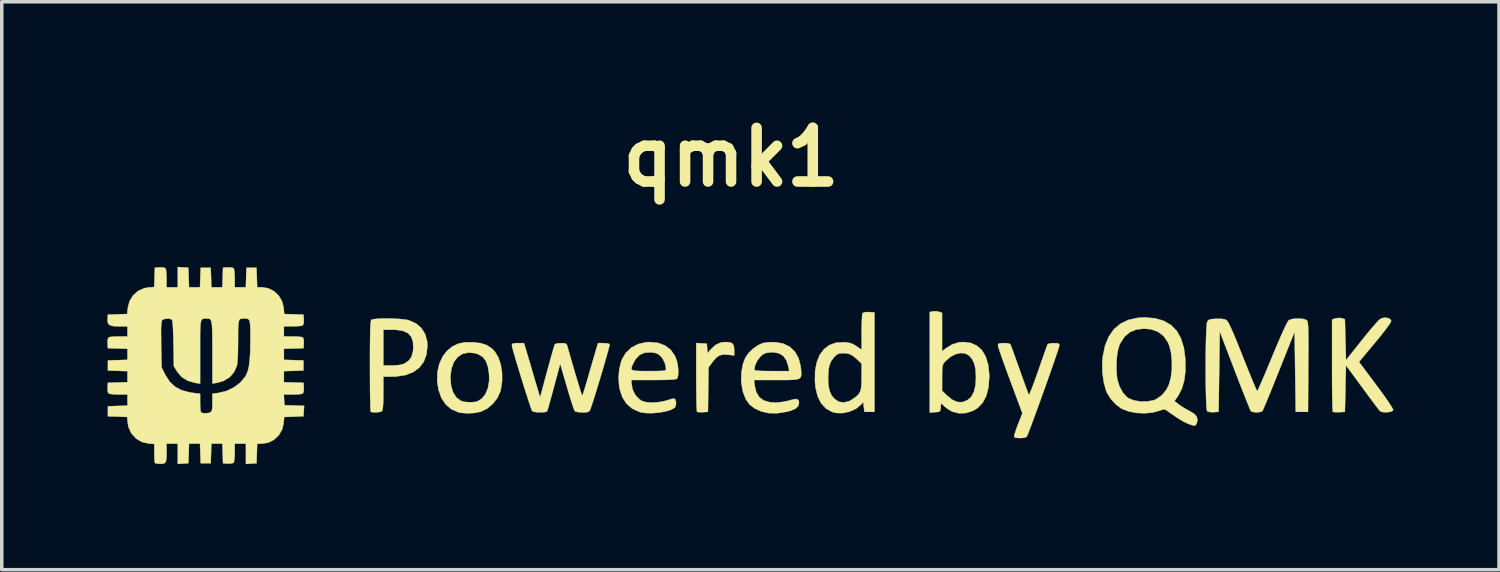
<source format=kicad_pcb>
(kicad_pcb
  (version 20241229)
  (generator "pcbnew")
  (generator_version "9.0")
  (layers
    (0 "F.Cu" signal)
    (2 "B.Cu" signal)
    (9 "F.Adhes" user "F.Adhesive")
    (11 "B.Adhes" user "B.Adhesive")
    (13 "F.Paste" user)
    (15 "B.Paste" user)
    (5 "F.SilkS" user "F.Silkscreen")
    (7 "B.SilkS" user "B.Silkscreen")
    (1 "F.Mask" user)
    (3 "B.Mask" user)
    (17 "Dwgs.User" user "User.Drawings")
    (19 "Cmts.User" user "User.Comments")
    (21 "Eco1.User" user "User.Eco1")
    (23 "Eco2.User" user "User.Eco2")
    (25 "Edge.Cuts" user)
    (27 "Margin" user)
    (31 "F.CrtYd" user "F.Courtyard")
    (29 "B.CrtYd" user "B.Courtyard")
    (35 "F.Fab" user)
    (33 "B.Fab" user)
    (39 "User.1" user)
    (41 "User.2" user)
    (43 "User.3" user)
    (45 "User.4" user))
  (footprint "qmk1"
    (layer "F.Cu")
    (at 18.352 7.303)
    (property "Reference" "qmk1" (at -0.63 -5.885 0) (layer "F.SilkS") (effects (font (size 1.524 1.524) (thickness 0.3))))
    (attr through_hole)
    (fp_poly (pts (xy -0.665 -0.626) (xy -0.588 -0.592) (xy -0.55 -0.522) (xy -0.54 -0.411) (xy -0.54 -0.253) (xy -0.716 -0.274) (xy -0.855 -0.28) (xy -0.961 -0.254) (xy -1.055 -0.187) (xy -1.153 -0.072) (xy -1.16 -0.062) (xy -1.269 0.086) (xy -1.286 1.349) (xy -1.43 1.359) (xy -1.521 1.36) (xy -1.584 1.352) (xy -1.597 1.346) (xy -1.602 1.309) (xy -1.607 1.217) (xy -1.612 1.078) (xy -1.615 0.899) (xy -1.618 0.688) (xy -1.619 0.454) (xy -1.619 0.358) (xy -1.619 -0.607) (xy -1.468 -0.597) (xy -1.318 -0.587) (xy -1.308 -0.453) (xy -1.298 -0.319) (xy -1.2 -0.431) (xy -1.068 -0.553) (xy -0.929 -0.618) (xy -0.793 -0.635) (xy -0.665 -0.626)) (stroke (width 0.01) (type solid)) (fill yes) (layer "F.SilkS"))
    (fp_poly (pts (xy 18.033 -1.317) (xy 18.103 -1.284) (xy 18.129 -1.233) (xy 18.109 -1.189) (xy 18.052 -1.103) (xy 17.963 -0.983) (xy 17.848 -0.835) (xy 17.71 -0.666) (xy 17.671 -0.619) (xy 17.213 -0.07) (xy 17.704 0.588) (xy 17.837 0.767) (xy 17.955 0.932) (xy 18.054 1.075) (xy 18.129 1.189) (xy 18.174 1.266) (xy 18.186 1.297) (xy 18.151 1.332) (xy 18.075 1.354) (xy 17.979 1.363) (xy 17.886 1.356) (xy 17.817 1.332) (xy 17.805 1.323) (xy 17.775 1.285) (xy 17.712 1.204) (xy 17.623 1.087) (xy 17.515 0.941) (xy 17.392 0.775) (xy 17.302 0.652) (xy 16.843 0.027) (xy 16.812 1.349) (xy 16.652 1.359) (xy 16.555 1.36) (xy 16.487 1.353) (xy 16.469 1.346) (xy 16.464 1.31) (xy 16.46 1.218) (xy 16.456 1.075) (xy 16.452 0.89) (xy 16.449 0.668) (xy 16.448 0.417) (xy 16.447 0.144) (xy 16.447 0.026) (xy 16.447 -1.272) (xy 16.534 -1.305) (xy 16.652 -1.321) (xy 16.716 -1.311) (xy 16.812 -1.284) (xy 16.843 -0.119) (xy 17.303 -0.698) (xy 17.449 -0.88) (xy 17.581 -1.037) (xy 17.693 -1.164) (xy 17.778 -1.255) (xy 17.833 -1.302) (xy 17.842 -1.307) (xy 17.94 -1.327) (xy 18.033 -1.317)) (stroke (width 0.01) (type solid)) (fill yes) (layer "F.SilkS"))
    (fp_poly (pts (xy -7.958 -0.628) (xy -7.738 -0.601) (xy -7.564 -0.543) (xy -7.423 -0.449) (xy -7.341 -0.363) (xy -7.242 -0.2) (xy -7.174 0.004) (xy -7.137 0.233) (xy -7.135 0.472) (xy -7.169 0.705) (xy -7.187 0.774) (xy -7.271 0.958) (xy -7.401 1.124) (xy -7.561 1.258) (xy -7.738 1.344) (xy -7.748 1.347) (xy -7.929 1.382) (xy -8.127 1.392) (xy -8.31 1.376) (xy -8.378 1.361) (xy -8.578 1.274) (xy -8.738 1.139) (xy -8.859 0.956) (xy -8.94 0.73) (xy -8.98 0.473) (xy -8.977 0.389) (xy -8.604 0.389) (xy -8.584 0.614) (xy -8.526 0.801) (xy -8.433 0.943) (xy -8.306 1.035) (xy -8.287 1.044) (xy -8.182 1.068) (xy -8.048 1.077) (xy -7.918 1.069) (xy -7.832 1.05) (xy -7.706 0.969) (xy -7.606 0.84) (xy -7.537 0.671) (xy -7.503 0.472) (xy -7.505 0.282) (xy -7.538 0.067) (xy -7.596 -0.094) (xy -7.684 -0.209) (xy -7.806 -0.285) (xy -7.906 -0.317) (xy -8.095 -0.336) (xy -8.261 -0.298) (xy -8.398 -0.208) (xy -8.503 -0.07) (xy -8.573 0.113) (xy -8.603 0.337) (xy -8.604 0.389) (xy -8.977 0.389) (xy -8.972 0.219) (xy -8.918 -0.019) (xy -8.82 -0.23) (xy -8.7 -0.383) (xy -8.549 -0.508) (xy -8.385 -0.587) (xy -8.194 -0.626) (xy -7.961 -0.629) (xy -7.958 -0.628)) (stroke (width 0.01) (type solid)) (fill yes) (layer "F.SilkS"))
    (fp_poly (pts (xy 5.281 -1.494) (xy 5.366 -1.462) (xy 5.366 -0.373) (xy 5.477 -0.458) (xy 5.66 -0.57) (xy 5.847 -0.626) (xy 5.969 -0.635) (xy 6.181 -0.608) (xy 6.359 -0.529) (xy 6.502 -0.398) (xy 6.608 -0.218) (xy 6.676 0.01) (xy 6.706 0.283) (xy 6.707 0.352) (xy 6.686 0.645) (xy 6.624 0.891) (xy 6.521 1.089) (xy 6.377 1.24) (xy 6.245 1.32) (xy 6.046 1.383) (xy 5.848 1.391) (xy 5.665 1.345) (xy 5.637 1.332) (xy 5.534 1.271) (xy 5.44 1.2) (xy 5.425 1.186) (xy 5.338 1.103) (xy 5.328 1.226) (xy 5.319 1.301) (xy 5.296 1.338) (xy 5.242 1.353) (xy 5.167 1.359) (xy 5.016 1.369) (xy 5.016 0.749) (xy 5.366 0.749) (xy 5.501 0.881) (xy 5.656 1.006) (xy 5.804 1.07) (xy 5.948 1.073) (xy 6.09 1.015) (xy 6.199 0.917) (xy 6.274 0.775) (xy 6.317 0.584) (xy 6.329 0.365) (xy 6.318 0.155) (xy 6.286 -0.008) (xy 6.228 -0.136) (xy 6.147 -0.238) (xy 6.037 -0.306) (xy 5.904 -0.323) (xy 5.757 -0.292) (xy 5.608 -0.216) (xy 5.467 -0.096) (xy 5.444 -0.071) (xy 5.411 -0.029) (xy 5.389 0.016) (xy 5.376 0.079) (xy 5.369 0.172) (xy 5.367 0.309) (xy 5.367 0.382) (xy 5.366 0.749) (xy 5.016 0.749) (xy 5.016 -1.487) (xy 5.106 -1.507) (xy 5.205 -1.51) (xy 5.281 -1.494)) (stroke (width 0.01) (type solid)) (fill yes) (layer "F.SilkS"))
    (fp_poly (pts (xy -10.239 -1.3) (xy -10.076 -1.292) (xy -9.931 -1.279) (xy -9.817 -1.261) (xy -9.784 -1.253) (xy -9.584 -1.164) (xy -9.429 -1.032) (xy -9.322 -0.86) (xy -9.265 -0.652) (xy -9.257 -0.522) (xy -9.284 -0.28) (xy -9.361 -0.074) (xy -9.488 0.093) (xy -9.661 0.22) (xy -9.88 0.304) (xy -10.142 0.345) (xy -10.261 0.349) (xy -10.509 0.349) (xy -10.509 0.819) (xy -10.512 1.034) (xy -10.519 1.188) (xy -10.531 1.285) (xy -10.547 1.327) (xy -10.6 1.35) (xy -10.686 1.363) (xy -10.778 1.365) (xy -10.85 1.354) (xy -10.869 1.344) (xy -10.874 1.309) (xy -10.878 1.217) (xy -10.882 1.075) (xy -10.885 0.89) (xy -10.888 0.669) (xy -10.889 0.419) (xy -10.89 0.147) (xy -10.89 0.049) (xy -10.89 -0.294) (xy -10.888 -0.577) (xy -10.885 -0.806) (xy -10.881 -0.983) (xy -10.881 -0.984) (xy -10.509 -0.984) (xy -10.509 0.032) (xy -10.263 0.032) (xy -10.086 0.023) (xy -9.958 -0.003) (xy -9.908 -0.024) (xy -9.785 -0.109) (xy -9.707 -0.221) (xy -9.667 -0.373) (xy -9.66 -0.453) (xy -9.667 -0.64) (xy -9.716 -0.783) (xy -9.809 -0.886) (xy -9.95 -0.951) (xy -10.142 -0.981) (xy -10.247 -0.984) (xy -10.509 -0.984) (xy -10.881 -0.984) (xy -10.875 -1.114) (xy -10.868 -1.201) (xy -10.859 -1.251) (xy -10.852 -1.264) (xy -10.802 -1.282) (xy -10.702 -1.294) (xy -10.565 -1.302) (xy -10.407 -1.304) (xy -10.239 -1.3)) (stroke (width 0.01) (type solid)) (fill yes) (layer "F.SilkS"))
    (fp_poly (pts (xy 3.289 -1.486) (xy 3.445 -1.476) (xy 3.445 1.349) (xy 3.159 1.349) (xy 3.143 1.211) (xy 3.127 1.072) (xy 3.064 1.143) (xy 2.919 1.261) (xy 2.74 1.343) (xy 2.545 1.385) (xy 2.354 1.381) (xy 2.242 1.352) (xy 2.067 1.255) (xy 1.93 1.107) (xy 1.831 0.909) (xy 1.771 0.665) (xy 1.754 0.492) (xy 1.755 0.381) (xy 2.128 0.381) (xy 2.137 0.591) (xy 2.169 0.753) (xy 2.226 0.88) (xy 2.302 0.975) (xy 2.426 1.059) (xy 2.567 1.084) (xy 2.716 1.05) (xy 2.807 1) (xy 2.915 0.923) (xy 2.989 0.855) (xy 3.037 0.78) (xy 3.064 0.685) (xy 3.076 0.556) (xy 3.079 0.379) (xy 3.079 0.364) (xy 3.08 -0.019) (xy 2.961 -0.133) (xy 2.848 -0.231) (xy 2.752 -0.287) (xy 2.649 -0.313) (xy 2.554 -0.318) (xy 2.453 -0.311) (xy 2.381 -0.281) (xy 2.307 -0.214) (xy 2.299 -0.205) (xy 2.218 -0.1) (xy 2.165 0.022) (xy 2.137 0.174) (xy 2.128 0.373) (xy 2.128 0.381) (xy 1.755 0.381) (xy 1.758 0.197) (xy 1.804 -0.057) (xy 1.889 -0.268) (xy 2.012 -0.433) (xy 2.17 -0.551) (xy 2.362 -0.617) (xy 2.586 -0.629) (xy 2.587 -0.629) (xy 2.721 -0.614) (xy 2.822 -0.583) (xy 2.921 -0.526) (xy 2.936 -0.515) (xy 3.08 -0.414) (xy 3.08 -0.913) (xy 3.082 -1.087) (xy 3.087 -1.241) (xy 3.093 -1.361) (xy 3.102 -1.436) (xy 3.107 -1.455) (xy 3.161 -1.482) (xy 3.273 -1.487) (xy 3.289 -1.486)) (stroke (width 0.01) (type solid)) (fill yes) (layer "F.SilkS"))
    (fp_poly (pts (xy 8.637 -0.6) (xy 8.684 -0.586) (xy 8.699 -0.554) (xy 8.7 -0.539) (xy 8.689 -0.496) (xy 8.659 -0.401) (xy 8.613 -0.263) (xy 8.553 -0.087) (xy 8.482 0.117) (xy 8.403 0.342) (xy 8.319 0.58) (xy 8.231 0.824) (xy 8.144 1.066) (xy 8.06 1.298) (xy 7.981 1.513) (xy 7.911 1.702) (xy 7.852 1.859) (xy 7.807 1.975) (xy 7.778 2.042) (xy 7.771 2.056) (xy 7.723 2.079) (xy 7.639 2.092) (xy 7.543 2.094) (xy 7.461 2.086) (xy 7.415 2.066) (xy 7.414 2.065) (xy 7.417 2.024) (xy 7.441 1.938) (xy 7.48 1.821) (xy 7.522 1.711) (xy 7.648 1.388) (xy 7.301 0.456) (xy 7.215 0.224) (xy 7.137 0.009) (xy 7.069 -0.181) (xy 7.015 -0.339) (xy 6.976 -0.456) (xy 6.956 -0.526) (xy 6.953 -0.539) (xy 6.961 -0.577) (xy 6.994 -0.596) (xy 7.068 -0.603) (xy 7.124 -0.603) (xy 7.232 -0.598) (xy 7.292 -0.58) (xy 7.318 -0.548) (xy 7.335 -0.502) (xy 7.37 -0.407) (xy 7.419 -0.27) (xy 7.479 -0.102) (xy 7.547 0.087) (xy 7.576 0.171) (xy 7.646 0.365) (xy 7.709 0.54) (xy 7.762 0.686) (xy 7.803 0.795) (xy 7.827 0.856) (xy 7.832 0.866) (xy 7.847 0.846) (xy 7.879 0.774) (xy 7.926 0.658) (xy 7.984 0.504) (xy 8.049 0.322) (xy 8.099 0.18) (xy 8.169 -0.023) (xy 8.233 -0.206) (xy 8.288 -0.361) (xy 8.33 -0.48) (xy 8.358 -0.552) (xy 8.366 -0.571) (xy 8.407 -0.59) (xy 8.489 -0.601) (xy 8.543 -0.603) (xy 8.637 -0.6)) (stroke (width 0.01) (type solid)) (fill yes) (layer "F.SilkS"))
    (fp_poly (pts (xy 0.629 -0.63) (xy 0.853 -0.59) (xy 1.038 -0.5) (xy 1.184 -0.362) (xy 1.288 -0.179) (xy 1.347 0.048) (xy 1.356 0.124) (xy 1.364 0.227) (xy 1.365 0.305) (xy 1.351 0.362) (xy 1.315 0.401) (xy 1.249 0.425) (xy 1.147 0.438) (xy 1 0.444) (xy 0.801 0.445) (xy 0.658 0.445) (xy 0.023 0.445) (xy 0.042 0.605) (xy 0.087 0.792) (xy 0.173 0.932) (xy 0.301 1.026) (xy 0.475 1.077) (xy 0.633 1.086) (xy 0.784 1.074) (xy 0.947 1.046) (xy 1.038 1.022) (xy 1.165 0.989) (xy 1.245 0.987) (xy 1.288 1.019) (xy 1.302 1.089) (xy 1.302 1.102) (xy 1.277 1.189) (xy 1.201 1.259) (xy 1.069 1.316) (xy 0.957 1.346) (xy 0.675 1.39) (xy 0.427 1.384) (xy 0.237 1.34) (xy 0.043 1.254) (xy -0.102 1.143) (xy -0.208 0.995) (xy -0.286 0.799) (xy -0.3 0.746) (xy -0.342 0.488) (xy -0.336 0.224) (xy -0.322 0.151) (xy 0.032 0.151) (xy 0.048 0.167) (xy 0.101 0.178) (xy 0.197 0.185) (xy 0.344 0.189) (xy 0.527 0.191) (xy 1.023 0.191) (xy 1.001 0.073) (xy 0.945 -0.109) (xy 0.855 -0.238) (xy 0.728 -0.315) (xy 0.564 -0.343) (xy 0.5 -0.341) (xy 0.384 -0.328) (xy 0.304 -0.3) (xy 0.23 -0.245) (xy 0.206 -0.222) (xy 0.113 -0.102) (xy 0.051 0.037) (xy 0.032 0.151) (xy -0.322 0.151) (xy -0.287 -0.026) (xy -0.22 -0.195) (xy -0.132 -0.321) (xy -0.007 -0.443) (xy 0.134 -0.543) (xy 0.268 -0.603) (xy 0.376 -0.622) (xy 0.515 -0.631) (xy 0.629 -0.63)) (stroke (width 0.01) (type solid)) (fill yes) (layer "F.SilkS"))
    (fp_poly (pts (xy -2.7 -0.609) (xy -2.501 -0.534) (xy -2.342 -0.411) (xy -2.225 -0.241) (xy -2.172 -0.108) (xy -2.144 0.019) (xy -2.13 0.153) (xy -2.131 0.276) (xy -2.146 0.369) (xy -2.165 0.406) (xy -2.203 0.421) (xy -2.288 0.432) (xy -2.422 0.439) (xy -2.612 0.443) (xy -2.832 0.445) (xy -3.461 0.445) (xy -3.459 0.532) (xy -3.429 0.711) (xy -3.348 0.872) (xy -3.227 0.997) (xy -3.16 1.04) (xy -3.047 1.073) (xy -2.895 1.086) (xy -2.722 1.078) (xy -2.548 1.05) (xy -2.431 1.017) (xy -2.321 0.983) (xy -2.256 0.973) (xy -2.222 0.986) (xy -2.217 0.992) (xy -2.194 1.068) (xy -2.197 1.157) (xy -2.225 1.226) (xy -2.233 1.234) (xy -2.335 1.29) (xy -2.481 1.335) (xy -2.656 1.367) (xy -2.842 1.385) (xy -3.021 1.385) (xy -3.176 1.367) (xy -3.233 1.352) (xy -3.439 1.257) (xy -3.599 1.119) (xy -3.717 0.938) (xy -3.793 0.709) (xy -3.81 0.615) (xy -3.826 0.381) (xy -3.806 0.14) (xy -3.795 0.095) (xy -3.46 0.095) (xy -3.458 0.14) (xy -3.421 0.168) (xy -3.344 0.183) (xy -3.219 0.189) (xy -3.039 0.191) (xy -2.969 0.191) (xy -2.781 0.19) (xy -2.648 0.188) (xy -2.56 0.182) (xy -2.509 0.173) (xy -2.484 0.159) (xy -2.477 0.139) (xy -2.477 0.135) (xy -2.502 -0.013) (xy -2.569 -0.156) (xy -2.635 -0.238) (xy -2.708 -0.295) (xy -2.792 -0.327) (xy -2.912 -0.342) (xy -2.913 -0.342) (xy -3.087 -0.331) (xy -3.226 -0.269) (xy -3.338 -0.151) (xy -3.389 -0.064) (xy -3.435 0.028) (xy -3.46 0.095) (xy -3.795 0.095) (xy -3.752 -0.081) (xy -3.731 -0.138) (xy -3.619 -0.328) (xy -3.463 -0.476) (xy -3.269 -0.577) (xy -3.045 -0.629) (xy -2.937 -0.634) (xy -2.7 -0.609)) (stroke (width 0.01) (type solid)) (fill yes) (layer "F.SilkS"))
    (fp_poly (pts (xy 11.417 -1.309) (xy 11.663 -1.238) (xy 11.868 -1.12) (xy 12.032 -0.954) (xy 12.154 -0.739) (xy 12.236 -0.476) (xy 12.277 -0.164) (xy 12.28 -0.119) (xy 12.28 0.192) (xy 12.248 0.456) (xy 12.182 0.684) (xy 12.08 0.884) (xy 12.041 0.942) (xy 11.969 1.042) (xy 12.089 1.136) (xy 12.183 1.202) (xy 12.305 1.275) (xy 12.402 1.328) (xy 12.533 1.407) (xy 12.605 1.488) (xy 12.625 1.579) (xy 12.602 1.673) (xy 12.577 1.721) (xy 12.539 1.74) (xy 12.475 1.73) (xy 12.371 1.693) (xy 12.341 1.681) (xy 12.211 1.617) (xy 12.046 1.517) (xy 11.843 1.377) (xy 11.743 1.305) (xy 11.696 1.281) (xy 11.641 1.283) (xy 11.555 1.312) (xy 11.548 1.315) (xy 11.348 1.369) (xy 11.121 1.39) (xy 10.886 1.379) (xy 10.665 1.336) (xy 10.477 1.263) (xy 10.457 1.252) (xy 10.304 1.138) (xy 10.165 0.987) (xy 10.058 0.822) (xy 10.026 0.749) (xy 9.959 0.503) (xy 9.922 0.226) (xy 9.922 0.166) (xy 10.321 0.166) (xy 10.336 0.358) (xy 10.351 0.449) (xy 10.411 0.634) (xy 10.5 0.798) (xy 10.61 0.922) (xy 10.668 0.963) (xy 10.822 1.025) (xy 11.007 1.055) (xy 11.2 1.054) (xy 11.376 1.02) (xy 11.446 0.992) (xy 11.61 0.878) (xy 11.742 0.718) (xy 11.812 0.576) (xy 11.867 0.375) (xy 11.895 0.145) (xy 11.896 -0.095) (xy 11.873 -0.325) (xy 11.824 -0.528) (xy 11.78 -0.632) (xy 11.66 -0.805) (xy 11.501 -0.926) (xy 11.306 -0.996) (xy 11.106 -1.015) (xy 10.885 -0.99) (xy 10.702 -0.915) (xy 10.552 -0.787) (xy 10.432 -0.603) (xy 10.409 -0.556) (xy 10.367 -0.42) (xy 10.337 -0.242) (xy 10.322 -0.04) (xy 10.321 0.166) (xy 9.922 0.166) (xy 9.918 -0.059) (xy 9.933 -0.226) (xy 9.997 -0.531) (xy 10.102 -0.788) (xy 10.247 -0.995) (xy 10.431 -1.153) (xy 10.656 -1.262) (xy 10.921 -1.321) (xy 11.128 -1.333) (xy 11.417 -1.309)) (stroke (width 0.01) (type solid)) (fill yes) (layer "F.SilkS"))
    (fp_poly (pts (xy 15.642 -1.288) (xy 15.719 -1.261) (xy 15.73 -1.252) (xy 15.743 -1.233) (xy 15.753 -1.202) (xy 15.761 -1.152) (xy 15.767 -1.077) (xy 15.771 -0.971) (xy 15.774 -0.829) (xy 15.775 -0.645) (xy 15.775 -0.413) (xy 15.773 -0.126) (xy 15.772 0.074) (xy 15.764 1.349) (xy 15.415 1.349) (xy 15.383 -0.926) (xy 14.941 0.18) (xy 14.841 0.431) (xy 14.747 0.664) (xy 14.662 0.872) (xy 14.589 1.049) (xy 14.53 1.188) (xy 14.49 1.282) (xy 14.47 1.325) (xy 14.469 1.326) (xy 14.42 1.35) (xy 14.335 1.364) (xy 14.303 1.365) (xy 14.213 1.357) (xy 14.149 1.335) (xy 14.138 1.326) (xy 14.12 1.288) (xy 14.083 1.197) (xy 14.028 1.061) (xy 13.958 0.886) (xy 13.877 0.679) (xy 13.786 0.447) (xy 13.69 0.196) (xy 13.682 0.176) (xy 13.256 -0.934) (xy 13.224 1.349) (xy 13.081 1.359) (xy 12.978 1.356) (xy 12.908 1.336) (xy 12.898 1.329) (xy 12.887 1.287) (xy 12.878 1.19) (xy 12.871 1.046) (xy 12.865 0.865) (xy 12.86 0.654) (xy 12.857 0.422) (xy 12.856 0.177) (xy 12.856 -0.071) (xy 12.858 -0.315) (xy 12.862 -0.546) (xy 12.867 -0.756) (xy 12.873 -0.936) (xy 12.882 -1.077) (xy 12.891 -1.171) (xy 12.9 -1.206) (xy 12.928 -1.249) (xy 12.969 -1.275) (xy 13.04 -1.288) (xy 13.156 -1.295) (xy 13.305 -1.295) (xy 13.405 -1.277) (xy 13.447 -1.256) (xy 13.475 -1.226) (xy 13.514 -1.161) (xy 13.564 -1.059) (xy 13.628 -0.915) (xy 13.709 -0.724) (xy 13.807 -0.482) (xy 13.91 -0.223) (xy 14.004 0.012) (xy 14.09 0.226) (xy 14.167 0.414) (xy 14.231 0.568) (xy 14.28 0.682) (xy 14.311 0.748) (xy 14.32 0.762) (xy 14.337 0.734) (xy 14.374 0.653) (xy 14.43 0.528) (xy 14.501 0.364) (xy 14.584 0.169) (xy 14.676 -0.052) (xy 14.747 -0.224) (xy 14.874 -0.527) (xy 14.983 -0.78) (xy 15.073 -0.982) (xy 15.144 -1.13) (xy 15.194 -1.223) (xy 15.22 -1.256) (xy 15.297 -1.285) (xy 15.408 -1.301) (xy 15.531 -1.301) (xy 15.642 -1.288)) (stroke (width 0.01) (type solid)) (fill yes) (layer "F.SilkS"))
    (fp_poly (pts (xy -6.434 -0.341) (xy -6.386 -0.18) (xy -6.333 -0.003) (xy -6.288 0.153) (xy -6.287 0.159) (xy -6.243 0.31) (xy -6.191 0.486) (xy -6.141 0.651) (xy -6.137 0.667) (xy -6.055 0.937) (xy -5.857 0.201) (xy -5.801 -0.006) (xy -5.749 -0.194) (xy -5.704 -0.353) (xy -5.668 -0.474) (xy -5.645 -0.549) (xy -5.637 -0.569) (xy -5.596 -0.589) (xy -5.513 -0.601) (xy -5.461 -0.603) (xy -5.367 -0.6) (xy -5.316 -0.584) (xy -5.29 -0.544) (xy -5.277 -0.5) (xy -5.217 -0.29) (xy -5.155 -0.074) (xy -5.093 0.14) (xy -5.033 0.343) (xy -4.978 0.526) (xy -4.93 0.68) (xy -4.893 0.798) (xy -4.868 0.87) (xy -4.859 0.889) (xy -4.845 0.86) (xy -4.817 0.779) (xy -4.779 0.657) (xy -4.732 0.502) (xy -4.686 0.341) (xy -4.63 0.147) (xy -4.576 -0.041) (xy -4.527 -0.208) (xy -4.489 -0.34) (xy -4.47 -0.405) (xy -4.41 -0.603) (xy -4.255 -0.603) (xy -4.161 -0.597) (xy -4.095 -0.582) (xy -4.08 -0.572) (xy -4.085 -0.536) (xy -4.106 -0.45) (xy -4.141 -0.32) (xy -4.187 -0.158) (xy -4.241 0.029) (xy -4.3 0.231) (xy -4.362 0.439) (xy -4.425 0.644) (xy -4.484 0.837) (xy -4.538 1.009) (xy -4.585 1.151) (xy -4.62 1.253) (xy -4.636 1.294) (xy -4.661 1.334) (xy -4.704 1.356) (xy -4.782 1.364) (xy -4.853 1.365) (xy -4.97 1.358) (xy -5.05 1.34) (xy -5.073 1.326) (xy -5.091 1.284) (xy -5.124 1.192) (xy -5.168 1.057) (xy -5.219 0.89) (xy -5.276 0.7) (xy -5.295 0.635) (xy -5.485 -0.016) (xy -5.523 0.127) (xy -5.611 0.455) (xy -5.684 0.726) (xy -5.743 0.942) (xy -5.788 1.107) (xy -5.822 1.225) (xy -5.845 1.299) (xy -5.857 1.332) (xy -5.858 1.334) (xy -5.901 1.353) (xy -5.985 1.364) (xy -6.087 1.364) (xy -6.185 1.356) (xy -6.258 1.339) (xy -6.28 1.326) (xy -6.298 1.285) (xy -6.331 1.193) (xy -6.376 1.059) (xy -6.43 0.892) (xy -6.491 0.702) (xy -6.555 0.497) (xy -6.62 0.288) (xy -6.682 0.083) (xy -6.74 -0.108) (xy -6.789 -0.276) (xy -6.827 -0.41) (xy -6.851 -0.503) (xy -6.858 -0.543) (xy -6.849 -0.578) (xy -6.814 -0.596) (xy -6.736 -0.603) (xy -6.685 -0.603) (xy -6.513 -0.603) (xy -6.434 -0.341)) (stroke (width 0.01) (type solid)) (fill yes) (layer "F.SilkS"))
    (fp_poly (pts (xy -16.2 -2.756) (xy -16.05 -2.746) (xy -16.04 -2.469) (xy -16.031 -2.191) (xy -15.719 -2.191) (xy -15.71 -2.469) (xy -15.7 -2.746) (xy -15.415 -2.746) (xy -15.405 -2.469) (xy -15.396 -2.191) (xy -15.084 -2.191) (xy -15.075 -2.469) (xy -15.065 -2.746) (xy -14.926 -2.756) (xy -14.817 -2.753) (xy -14.761 -2.727) (xy -14.759 -2.725) (xy -14.747 -2.674) (xy -14.737 -2.579) (xy -14.733 -2.459) (xy -14.732 -2.437) (xy -14.732 -2.191) (xy -14.417 -2.191) (xy -14.408 -2.469) (xy -14.399 -2.746) (xy -14.113 -2.746) (xy -14.104 -2.469) (xy -14.095 -2.191) (xy -13.958 -2.191) (xy -13.778 -2.161) (xy -13.616 -2.078) (xy -13.482 -1.952) (xy -13.387 -1.792) (xy -13.342 -1.609) (xy -13.342 -1.606) (xy -13.327 -1.431) (xy -12.779 -1.413) (xy -12.769 -1.273) (xy -12.772 -1.165) (xy -12.799 -1.108) (xy -12.801 -1.107) (xy -12.851 -1.094) (xy -12.946 -1.085) (xy -13.067 -1.08) (xy -13.089 -1.08) (xy -13.335 -1.079) (xy -13.335 -0.794) (xy -13.089 -0.793) (xy -12.966 -0.79) (xy -12.865 -0.781) (xy -12.806 -0.769) (xy -12.801 -0.766) (xy -12.773 -0.713) (xy -12.769 -0.607) (xy -12.769 -0.6) (xy -12.779 -0.46) (xy -13.057 -0.451) (xy -13.335 -0.442) (xy -13.335 -0.129) (xy -12.779 -0.111) (xy -12.779 0.175) (xy -13.057 0.184) (xy -13.335 0.193) (xy -13.335 0.506) (xy -13.057 0.515) (xy -12.779 0.524) (xy -12.769 0.664) (xy -12.772 0.772) (xy -12.799 0.828) (xy -12.801 0.83) (xy -12.851 0.843) (xy -12.946 0.852) (xy -13.067 0.857) (xy -13.091 0.857) (xy -13.338 0.857) (xy -13.329 1.008) (xy -13.319 1.159) (xy -13.04 1.168) (xy -12.76 1.177) (xy -12.77 1.327) (xy -12.779 1.476) (xy -13.053 1.485) (xy -13.327 1.495) (xy -13.342 1.669) (xy -13.386 1.852) (xy -13.48 2.012) (xy -13.613 2.139) (xy -13.774 2.223) (xy -13.954 2.254) (xy -13.958 2.254) (xy -14.095 2.254) (xy -14.104 2.532) (xy -14.113 2.81) (xy -14.264 2.82) (xy -14.415 2.829) (xy -14.415 2.254) (xy -14.732 2.254) (xy -14.732 2.5) (xy -14.736 2.623) (xy -14.745 2.724) (xy -14.757 2.783) (xy -14.759 2.788) (xy -14.813 2.816) (xy -14.919 2.82) (xy -14.926 2.82) (xy -15.065 2.81) (xy -15.075 2.532) (xy -15.084 2.254) (xy -15.396 2.254) (xy -15.405 2.532) (xy -15.415 2.81) (xy -15.7 2.81) (xy -15.71 2.532) (xy -15.719 2.254) (xy -16.031 2.254) (xy -16.04 2.532) (xy -16.05 2.81) (xy -16.2 2.82) (xy -16.351 2.829) (xy -16.351 2.254) (xy -16.669 2.254) (xy -16.669 2.49) (xy -16.671 2.639) (xy -16.681 2.736) (xy -16.705 2.792) (xy -16.748 2.818) (xy -16.816 2.826) (xy -16.841 2.826) (xy -16.929 2.821) (xy -16.988 2.81) (xy -16.997 2.805) (xy -17.007 2.765) (xy -17.014 2.678) (xy -17.018 2.561) (xy -17.018 2.523) (xy -17.018 2.262) (xy -17.186 2.248) (xy -17.375 2.203) (xy -17.538 2.106) (xy -17.666 1.966) (xy -17.748 1.794) (xy -17.774 1.661) (xy -17.788 1.495) (xy -18.062 1.485) (xy -18.336 1.476) (xy -18.336 1.191) (xy -18.058 1.181) (xy -17.78 1.172) (xy -17.78 0.857) (xy -18.026 0.857) (xy -18.149 0.853) (xy -18.25 0.844) (xy -18.309 0.832) (xy -18.314 0.83) (xy -18.342 0.776) (xy -18.346 0.67) (xy -18.346 0.664) (xy -18.336 0.524) (xy -18.058 0.515) (xy -17.78 0.506) (xy -17.78 0.193) (xy -18.058 0.184) (xy -18.336 0.175) (xy -18.336 -0.111) (xy -18.058 -0.12) (xy -17.78 -0.129) (xy -17.78 -0.442) (xy -18.058 -0.451) (xy -18.336 -0.46) (xy -18.346 -0.6) (xy -18.343 -0.708) (xy -18.316 -0.765) (xy -18.314 -0.766) (xy -18.264 -0.779) (xy -18.169 -0.789) (xy -18.048 -0.793) (xy -18.026 -0.793) (xy -17.78 -0.794) (xy -17.78 -0.875) (xy -16.826 -0.875) (xy -16.824 -0.659) (xy -16.823 -0.559) (xy -16.81 0.088) (xy -16.7 0.306) (xy -16.58 0.493) (xy -16.431 0.633) (xy -16.246 0.733) (xy -16.015 0.796) (xy -15.883 0.815) (xy -15.716 0.834) (xy -15.716 1.097) (xy -15.712 1.248) (xy -15.699 1.34) (xy -15.677 1.376) (xy -15.572 1.394) (xy -15.461 1.378) (xy -15.428 1.364) (xy -15.397 1.339) (xy -15.378 1.294) (xy -15.369 1.217) (xy -15.367 1.091) (xy -15.367 1.082) (xy -15.367 0.833) (xy -15.197 0.812) (xy -14.97 0.757) (xy -14.758 0.656) (xy -14.576 0.519) (xy -14.437 0.353) (xy -14.403 0.293) (xy -14.361 0.189) (xy -14.329 0.056) (xy -14.307 -0.112) (xy -14.294 -0.324) (xy -14.288 -0.589) (xy -14.287 -0.697) (xy -14.288 -0.906) (xy -14.29 -1.061) (xy -14.298 -1.169) (xy -14.312 -1.239) (xy -14.336 -1.278) (xy -14.371 -1.296) (xy -14.421 -1.302) (xy -14.462 -1.302) (xy -14.522 -1.301) (xy -14.566 -1.293) (xy -14.597 -1.269) (xy -14.617 -1.221) (xy -14.629 -1.141) (xy -14.635 -1.021) (xy -14.637 -0.853) (xy -14.637 -0.671) (xy -14.639 -0.475) (xy -14.643 -0.294) (xy -14.651 -0.139) (xy -14.66 -0.024) (xy -14.669 0.035) (xy -14.752 0.222) (xy -14.882 0.37) (xy -15.055 0.473) (xy -15.232 0.523) (xy -15.367 0.545) (xy -15.367 -0.34) (xy -15.367 -0.612) (xy -15.369 -0.827) (xy -15.373 -0.992) (xy -15.38 -1.114) (xy -15.392 -1.198) (xy -15.41 -1.253) (xy -15.435 -1.284) (xy -15.467 -1.298) (xy -15.509 -1.302) (xy -15.53 -1.302) (xy -15.583 -1.302) (xy -15.625 -1.298) (xy -15.657 -1.284) (xy -15.681 -1.253) (xy -15.697 -1.197) (xy -15.707 -1.111) (xy -15.713 -0.987) (xy -15.716 -0.82) (xy -15.716 -0.601) (xy -15.716 -0.358) (xy -15.716 0.548) (xy -15.851 0.527) (xy -16.065 0.467) (xy -16.238 0.36) (xy -16.366 0.21) (xy -16.367 0.209) (xy -16.462 0.053) (xy -16.473 -0.601) (xy -16.479 -0.853) (xy -16.487 -1.045) (xy -16.497 -1.178) (xy -16.51 -1.255) (xy -16.521 -1.277) (xy -16.595 -1.299) (xy -16.687 -1.297) (xy -16.768 -1.275) (xy -16.796 -1.254) (xy -16.81 -1.219) (xy -16.819 -1.148) (xy -16.825 -1.036) (xy -16.826 -0.875) (xy -17.78 -0.875) (xy -17.78 -1.079) (xy -18.012 -1.079) (xy -18.167 -1.085) (xy -18.268 -1.107) (xy -18.325 -1.149) (xy -18.347 -1.218) (xy -18.346 -1.287) (xy -18.336 -1.413) (xy -18.062 -1.422) (xy -17.789 -1.431) (xy -17.771 -1.603) (xy -17.722 -1.795) (xy -17.622 -1.959) (xy -17.481 -2.084) (xy -17.307 -2.163) (xy -17.187 -2.185) (xy -17.02 -2.198) (xy -17.011 -2.472) (xy -17.002 -2.746) (xy -16.862 -2.756) (xy -16.754 -2.753) (xy -16.698 -2.727) (xy -16.696 -2.725) (xy -16.683 -2.674) (xy -16.674 -2.579) (xy -16.669 -2.459) (xy -16.669 -2.437) (xy -16.669 -2.191) (xy -16.351 -2.191) (xy -16.351 -2.766) (xy -16.2 -2.756)) (stroke (width 0.01) (type solid)) (fill yes) (layer "F.SilkS")))
  (gr_rect
    (start -3 -3)
    (end 39.543 13.137)
    (stroke (width 0.1) (type default))
    (fill no)
    (layer "Edge.Cuts")))
</source>
